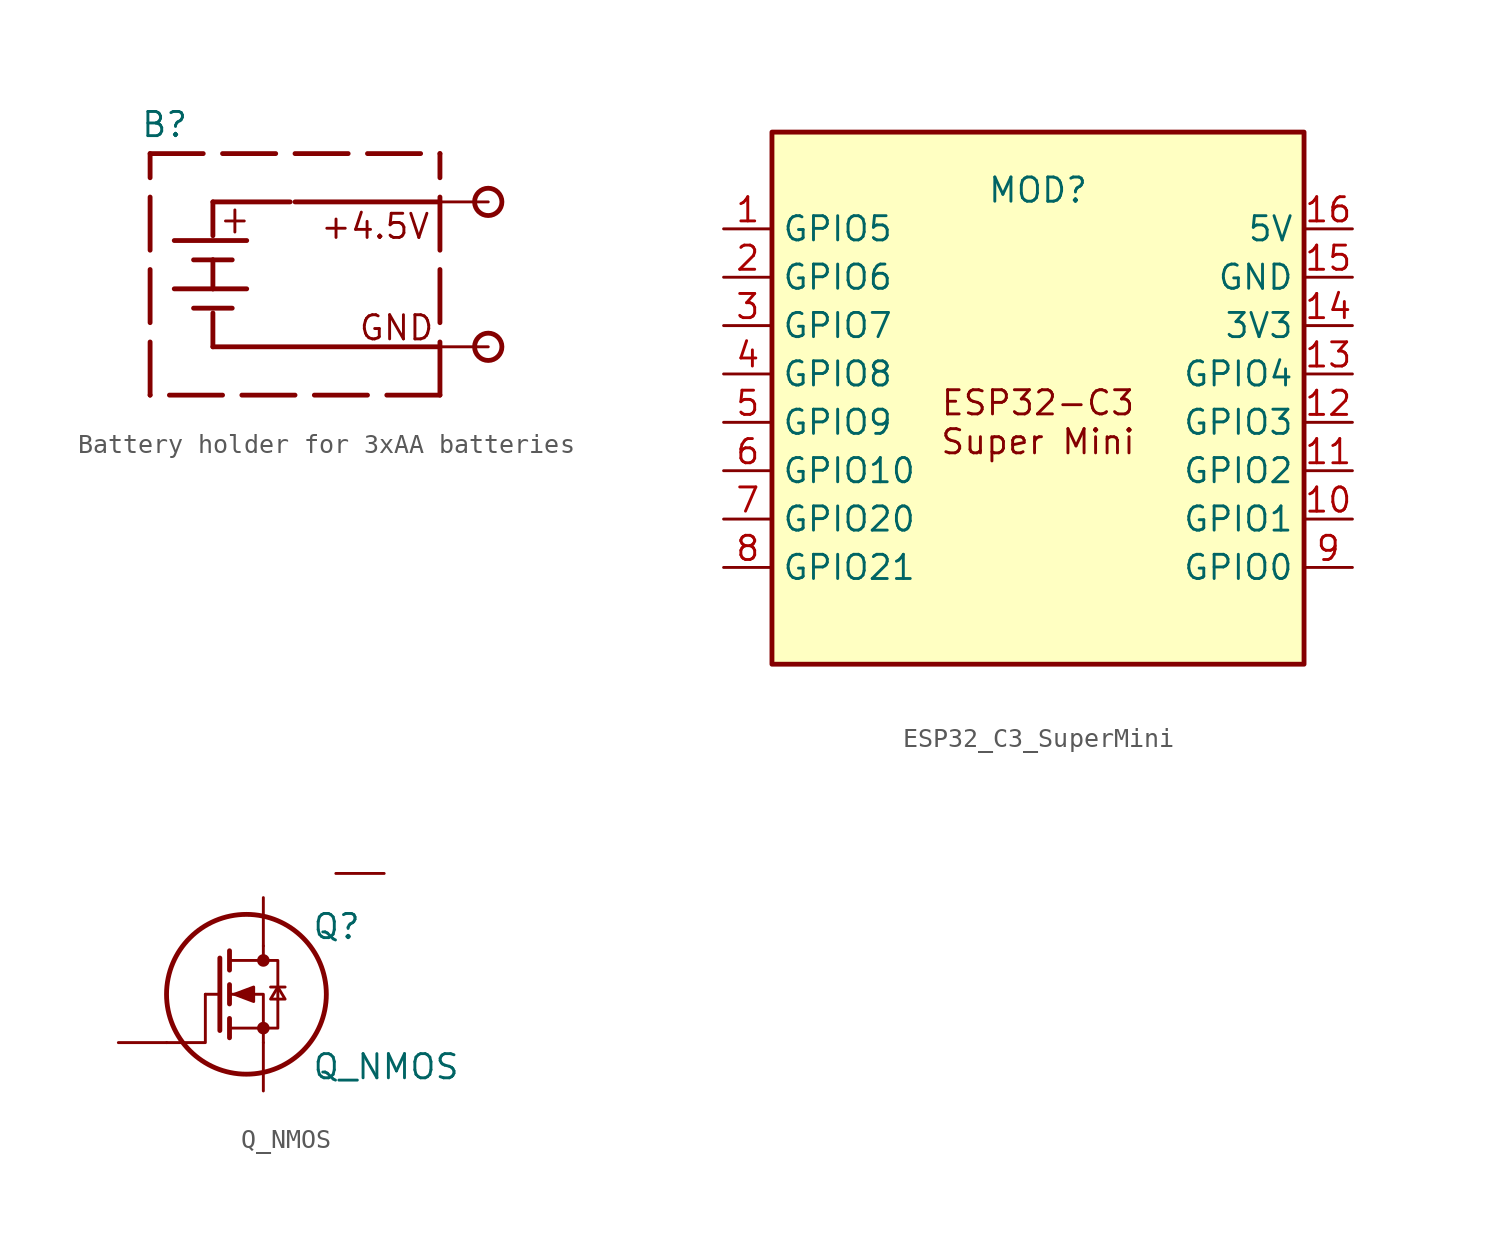
<source format=kicad_sym>
(kicad_symbol_lib
  (version 20241209)
  (generator "kicad_symbol_editor")
  (generator_version "9.0")
  (symbol "Battery holder for 3xAA batteries"
    (property "Reference" "B"
      (at -6.858 7.874 0)
      (effects (font (size 1.27 1.27))))
    (property "Value" ""
      (at 0 0 0)
      (effects (font (size 1.27 1.27))))
    (symbol "Battery holder for 3xAA batteries_1_0"
      (polyline (pts (xy -7.62 6.35) (xy 7.62 6.35)) (stroke (width 0.254) (type dash)) (fill (type none)))
      (polyline (pts (xy -7.62 -6.35) (xy -7.62 6.35)) (stroke (width 0.254) (type dash)) (fill (type none)))
      (polyline (pts (xy -6.35 1.778) (xy -2.54 1.778)) (stroke (width 0.254) (type solid)) (fill (type none)))
      (polyline (pts (xy -6.35 -0.762) (xy -4.318 -0.762)) (stroke (width 0.254) (type solid)) (fill (type none)))
      (polyline (pts (xy -5.334 0.762) (xy -4.318 0.762)) (stroke (width 0.254) (type solid)) (fill (type none)))
      (polyline (pts (xy -5.334 -1.778) (xy -3.302 -1.778)) (stroke (width 0.254) (type solid)) (fill (type none)))
      (polyline (pts (xy -4.318 3.81) (xy -0.254 3.81)) (stroke (width 0.254) (type solid)) (fill (type none)))
      (polyline (pts (xy -4.318 2.032) (xy -4.318 3.81)) (stroke (width 0.254) (type solid)) (fill (type none)))
      (polyline (pts (xy -4.318 0.762) (xy -4.318 -0.762)) (stroke (width 0.254) (type solid)) (fill (type none)))
      (polyline (pts (xy -4.318 0.762) (xy -3.302 0.762)) (stroke (width 0.254) (type solid)) (fill (type none)))
      (polyline (pts (xy -4.318 -0.762) (xy -2.54 -0.762)) (stroke (width 0.254) (type solid)) (fill (type none)))
      (polyline (pts (xy -4.318 -3.81) (xy -4.318 -2.032)) (stroke (width 0.254) (type solid)) (fill (type none)))
      (polyline (pts (xy 7.62 3.81) (xy 0 3.81)) (stroke (width 0.254) (type solid)) (fill (type none)))
      (polyline (pts (xy 7.62 -3.81) (xy -4.318 -3.81)) (stroke (width 0.254) (type solid)) (fill (type none)))
      (polyline (pts (xy 7.62 -6.35) (xy -7.62 -6.35)) (stroke (width 0.254) (type dash)) (fill (type none)))
      (polyline (pts (xy 7.62 -6.35) (xy 7.62 6.35)) (stroke (width 0.254) (type dash)) (fill (type none)))
      (circle (center 10.16 3.81) (radius 0.718) (stroke (width 0.254) (type solid)) (fill (type none)))
      (circle (center 10.16 -3.81) (radius 0.718) (stroke (width 0.254) (type solid)) (fill (type none)))
      (text "+" (at -4.064 2.032 0) (effects (font (size 1.524 1.295)) (justify left bottom)))
      (text "+4.5V" (at 1.27 1.778 0) (effects (font (size 1.27 1.27)) (justify left bottom)))
      (text "GND" (at 3.302 -3.556 0) (effects (font (size 1.27 1.27)) (justify left bottom)))
      (pin power_out line (at 10.16 3.81 180) (length 2.54) (name "+" (effects (font (size 0 0)))) (number "+" (effects (font (size 0 0)))))
      (pin power_out line (at 10.16 -3.81 180) (length 2.54) (name "-" (effects (font (size 0 0)))) (number "-" (effects (font (size 0 0)))))))
  (symbol "ESP32_C3_SuperMini"
    (property "Reference" "MOD"
      (at 0 12.192 0)
      (effects (font (size 1.27 1.27))))
    (property "Value" ""
      (at 2.54 -8.89 0)
      (effects (font (size 1.27 1.27))))
    (symbol "ESP32_C3_SuperMini_0_1"
      (rectangle (start -13.97 15.24) (end 13.97 -12.7) (stroke (width 0.254) (type default)) (fill (type background))))
    (symbol "ESP32_C3_SuperMini_1_1"
      (text "ESP32-C3\nSuper Mini" (at 0 0 0) (effects (font (size 1.27 1.27))))
      (pin bidirectional line (at -16.51 10.16 0) (length 2.54) (name "GPIO5" (effects (font (size 1.27 1.27)))) (number "1" (effects (font (size 1.27 1.27)))))
      (pin bidirectional line (at -16.51 7.62 0) (length 2.54) (name "GPIO6" (effects (font (size 1.27 1.27)))) (number "2" (effects (font (size 1.27 1.27)))))
      (pin bidirectional line (at -16.51 5.08 0) (length 2.54) (name "GPIO7" (effects (font (size 1.27 1.27)))) (number "3" (effects (font (size 1.27 1.27)))))
      (pin bidirectional line (at -16.51 2.54 0) (length 2.54) (name "GPIO8" (effects (font (size 1.27 1.27)))) (number "4" (effects (font (size 1.27 1.27)))))
      (pin bidirectional line (at -16.51 0 0) (length 2.54) (name "GPIO9" (effects (font (size 1.27 1.27)))) (number "5" (effects (font (size 1.27 1.27)))))
      (pin bidirectional line (at -16.51 -2.54 0) (length 2.54) (name "GPIO10" (effects (font (size 1.27 1.27)))) (number "6" (effects (font (size 1.27 1.27)))))
      (pin bidirectional line (at -16.51 -5.08 0) (length 2.54) (name "GPIO20" (effects (font (size 1.27 1.27)))) (number "7" (effects (font (size 1.27 1.27)))))
      (pin bidirectional line (at -16.51 -7.62 0) (length 2.54) (name "GPIO21" (effects (font (size 1.27 1.27)))) (number "8" (effects (font (size 1.27 1.27)))))
      (pin power_in line (at 16.51 10.16 180) (length 2.54) (name "5V" (effects (font (size 1.27 1.27)))) (number "16" (effects (font (size 1.27 1.27)))))
      (pin power_in line (at 16.51 7.62 180) (length 2.54) (name "GND" (effects (font (size 1.27 1.27)))) (number "15" (effects (font (size 1.27 1.27)))))
      (pin power_in line (at 16.51 5.08 180) (length 2.54) (name "3V3" (effects (font (size 1.27 1.27)))) (number "14" (effects (font (size 1.27 1.27)))))
      (pin bidirectional line (at 16.51 2.54 180) (length 2.54) (name "GPIO4" (effects (font (size 1.27 1.27)))) (number "13" (effects (font (size 1.27 1.27)))))
      (pin bidirectional line (at 16.51 0 180) (length 2.54) (name "GPIO3" (effects (font (size 1.27 1.27)))) (number "12" (effects (font (size 1.27 1.27)))))
      (pin bidirectional line (at 16.51 -2.54 180) (length 2.54) (name "GPIO2" (effects (font (size 1.27 1.27)))) (number "11" (effects (font (size 1.27 1.27)))))
      (pin bidirectional line (at 16.51 -5.08 180) (length 2.54) (name "GPIO1" (effects (font (size 1.27 1.27)))) (number "10" (effects (font (size 1.27 1.27)))))
      (pin bidirectional line (at 16.51 -7.62 180) (length 2.54) (name "GPIO0" (effects (font (size 1.27 1.27)))) (number "9" (effects (font (size 1.27 1.27)))))))
  (symbol "Q_NMOS"
    (pin_numbers
      (hide yes))
    (pin_names
      (offset 0)
      (hide yes))
    (property "Reference" "Q"
      (at 5.08 3.556 0)
      (effects (font (size 1.27 1.27)) (justify left)))
    (property "Value" "Q_NMOS"
      (at 5.08 -3.81 0)
      (effects (font (size 1.27 1.27)) (justify left)))
    (symbol "Q_NMOS_0_1"
      (polyline (pts (xy -2.54 -2.54) (xy -0.508 -2.54) (xy -0.508 0)) (stroke (width 0) (type default)) (fill (type none)))
      (polyline (pts (xy 0.254 1.905) (xy 0.254 -1.905)) (stroke (width 0.254) (type default)) (fill (type none)))
      (polyline (pts (xy 0.254 0) (xy -0.508 0)) (stroke (width 0) (type default)) (fill (type none)))
      (polyline (pts (xy 0.762 2.286) (xy 0.762 1.27)) (stroke (width 0.254) (type default)) (fill (type none)))
      (polyline (pts (xy 0.762 0.508) (xy 0.762 -0.508)) (stroke (width 0.254) (type default)) (fill (type none)))
      (polyline (pts (xy 0.762 -1.27) (xy 0.762 -2.286)) (stroke (width 0.254) (type default)) (fill (type none)))
      (polyline (pts (xy 0.762 -1.778) (xy 3.302 -1.778) (xy 3.302 1.778) (xy 0.762 1.778)) (stroke (width 0) (type default)) (fill (type none)))
      (polyline (pts (xy 1.016 0) (xy 2.032 0.381) (xy 2.032 -0.381) (xy 1.016 0)) (stroke (width 0) (type default)) (fill (type outline)))
      (circle (center 1.651 0) (radius 4.199) (stroke (width 0.254) (type default)) (fill (type none)))
      (polyline (pts (xy 2.54 2.54) (xy 2.54 1.778)) (stroke (width 0) (type default)) (fill (type none)))
      (circle (center 2.54 1.778) (radius 0.254) (stroke (width 0) (type default)) (fill (type outline)))
      (circle (center 2.54 -1.778) (radius 0.254) (stroke (width 0) (type default)) (fill (type outline)))
      (polyline (pts (xy 2.54 -2.54) (xy 2.54 0) (xy 0.762 0)) (stroke (width 0) (type default)) (fill (type none)))
      (polyline (pts (xy 2.921 0.381) (xy 3.683 0.381)) (stroke (width 0) (type default)) (fill (type none)))
      (polyline (pts (xy 3.302 0.381) (xy 2.921 -0.254) (xy 3.683 -0.254) (xy 3.302 0.381)) (stroke (width 0) (type default)) (fill (type none))))
    (symbol "Q_NMOS_1_1"
      (pin input line (at -5.08 -2.54 0) (length 2.54) (name "G" (effects (font (size 1.27 1.27)))) (number "G" (effects (font (size 1.27 1.27)))))
      (pin passive line (at 2.54 5.08 270) (length 2.54) (name "D" (effects (font (size 1.27 1.27)))) (number "D" (effects (font (size 1.27 1.27)))))
      (pin passive line (at 2.54 -5.08 90) (length 2.54) (name "S" (effects (font (size 1.27 1.27)))) (number "S" (effects (font (size 1.27 1.27)))))
      (pin passive line (at 8.89 6.35 180) (length 2.54) (name "Thermal" (effects (font (size 1.27 1.27)))) (number "4" (effects (font (size 1.27 1.27))))))))
</source>
